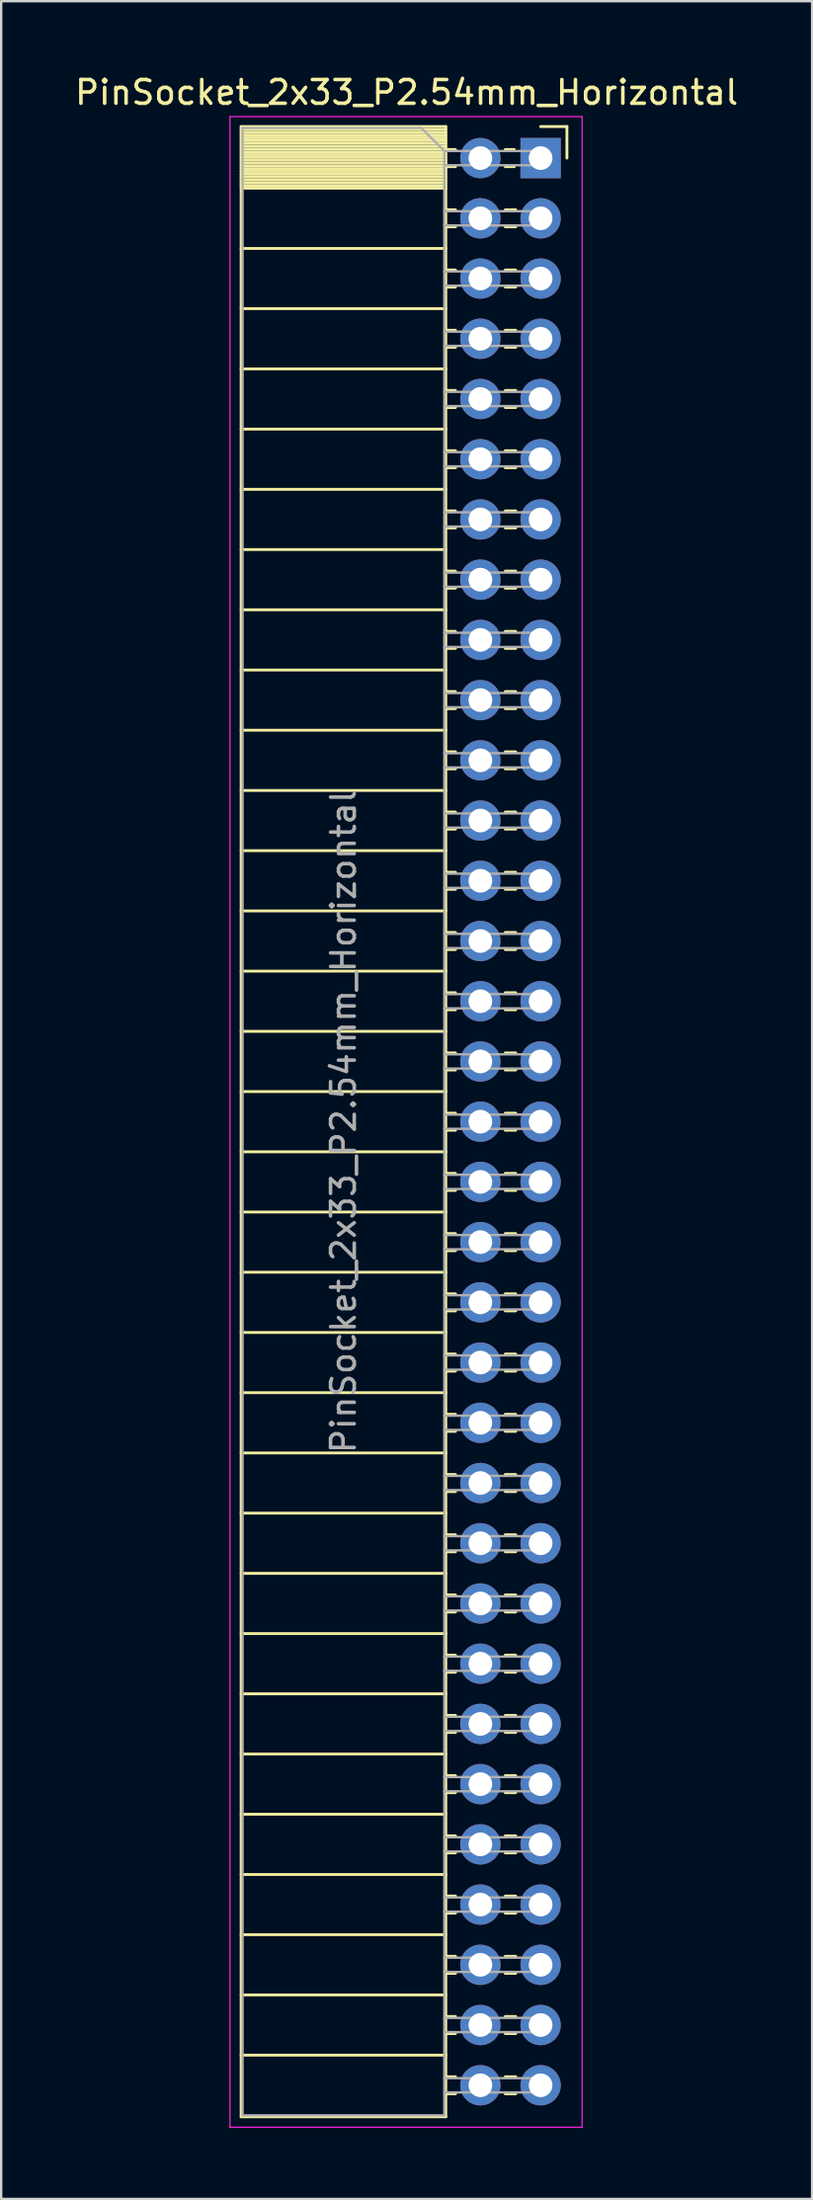
<source format=kicad_pcb>
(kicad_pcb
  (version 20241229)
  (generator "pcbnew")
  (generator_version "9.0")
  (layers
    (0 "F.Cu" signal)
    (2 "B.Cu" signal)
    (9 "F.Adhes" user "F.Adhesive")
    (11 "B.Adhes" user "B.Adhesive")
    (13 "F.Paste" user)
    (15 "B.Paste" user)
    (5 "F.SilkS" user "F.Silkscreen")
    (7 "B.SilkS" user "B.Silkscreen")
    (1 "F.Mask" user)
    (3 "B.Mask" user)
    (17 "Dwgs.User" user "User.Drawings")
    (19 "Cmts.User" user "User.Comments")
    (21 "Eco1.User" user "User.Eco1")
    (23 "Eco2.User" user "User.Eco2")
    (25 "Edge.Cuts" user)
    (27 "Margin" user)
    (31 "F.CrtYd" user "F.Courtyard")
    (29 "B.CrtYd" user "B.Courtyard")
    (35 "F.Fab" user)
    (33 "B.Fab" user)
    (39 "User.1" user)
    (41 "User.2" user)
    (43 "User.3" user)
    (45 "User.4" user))
  (footprint "PinSocket_2x33_P2.54mm_Horizontal"
    (layer "F.Cu")
    (at 19.751 3.618)
    (property "Reference" "PinSocket_2x33_P2.54mm_Horizontal" (at -5.65 -2.77 0) (layer "F.SilkS") (effects (font (size 1 1) (thickness 0.15))))
    (attr through_hole)
    (fp_line (start -12.63 -1.33) (end -12.63 82.61) (stroke (width 0.12) (type solid)) (layer "F.SilkS"))
    (fp_line (start -12.63 -1.33) (end -4 -1.33) (stroke (width 0.12) (type solid)) (layer "F.SilkS"))
    (fp_line (start -12.63 -1.21) (end -4 -1.21) (stroke (width 0.12) (type solid)) (layer "F.SilkS"))
    (fp_line (start -12.63 -1.092) (end -4 -1.092) (stroke (width 0.12) (type solid)) (layer "F.SilkS"))
    (fp_line (start -12.63 -0.974) (end -4 -0.974) (stroke (width 0.12) (type solid)) (layer "F.SilkS"))
    (fp_line (start -12.63 -0.856) (end -4 -0.856) (stroke (width 0.12) (type solid)) (layer "F.SilkS"))
    (fp_line (start -12.63 -0.738) (end -4 -0.738) (stroke (width 0.12) (type solid)) (layer "F.SilkS"))
    (fp_line (start -12.63 -0.62) (end -4 -0.62) (stroke (width 0.12) (type solid)) (layer "F.SilkS"))
    (fp_line (start -12.63 -0.501) (end -4 -0.501) (stroke (width 0.12) (type solid)) (layer "F.SilkS"))
    (fp_line (start -12.63 -0.383) (end -4 -0.383) (stroke (width 0.12) (type solid)) (layer "F.SilkS"))
    (fp_line (start -12.63 -0.265) (end -4 -0.265) (stroke (width 0.12) (type solid)) (layer "F.SilkS"))
    (fp_line (start -12.63 -0.147) (end -4 -0.147) (stroke (width 0.12) (type solid)) (layer "F.SilkS"))
    (fp_line (start -12.63 -0.029) (end -4 -0.029) (stroke (width 0.12) (type solid)) (layer "F.SilkS"))
    (fp_line (start -12.63 0.089) (end -4 0.089) (stroke (width 0.12) (type solid)) (layer "F.SilkS"))
    (fp_line (start -12.63 0.207) (end -4 0.207) (stroke (width 0.12) (type solid)) (layer "F.SilkS"))
    (fp_line (start -12.63 0.325) (end -4 0.325) (stroke (width 0.12) (type solid)) (layer "F.SilkS"))
    (fp_line (start -12.63 0.443) (end -4 0.443) (stroke (width 0.12) (type solid)) (layer "F.SilkS"))
    (fp_line (start -12.63 0.561) (end -4 0.561) (stroke (width 0.12) (type solid)) (layer "F.SilkS"))
    (fp_line (start -12.63 0.68) (end -4 0.68) (stroke (width 0.12) (type solid)) (layer "F.SilkS"))
    (fp_line (start -12.63 0.798) (end -4 0.798) (stroke (width 0.12) (type solid)) (layer "F.SilkS"))
    (fp_line (start -12.63 0.916) (end -4 0.916) (stroke (width 0.12) (type solid)) (layer "F.SilkS"))
    (fp_line (start -12.63 1.034) (end -4 1.034) (stroke (width 0.12) (type solid)) (layer "F.SilkS"))
    (fp_line (start -12.63 1.152) (end -4 1.152) (stroke (width 0.12) (type solid)) (layer "F.SilkS"))
    (fp_line (start -12.63 1.27) (end -4 1.27) (stroke (width 0.12) (type solid)) (layer "F.SilkS"))
    (fp_line (start -12.63 3.81) (end -4 3.81) (stroke (width 0.12) (type solid)) (layer "F.SilkS"))
    (fp_line (start -12.63 6.35) (end -4 6.35) (stroke (width 0.12) (type solid)) (layer "F.SilkS"))
    (fp_line (start -12.63 8.89) (end -4 8.89) (stroke (width 0.12) (type solid)) (layer "F.SilkS"))
    (fp_line (start -12.63 11.43) (end -4 11.43) (stroke (width 0.12) (type solid)) (layer "F.SilkS"))
    (fp_line (start -12.63 13.97) (end -4 13.97) (stroke (width 0.12) (type solid)) (layer "F.SilkS"))
    (fp_line (start -12.63 16.51) (end -4 16.51) (stroke (width 0.12) (type solid)) (layer "F.SilkS"))
    (fp_line (start -12.63 19.05) (end -4 19.05) (stroke (width 0.12) (type solid)) (layer "F.SilkS"))
    (fp_line (start -12.63 21.59) (end -4 21.59) (stroke (width 0.12) (type solid)) (layer "F.SilkS"))
    (fp_line (start -12.63 24.13) (end -4 24.13) (stroke (width 0.12) (type solid)) (layer "F.SilkS"))
    (fp_line (start -12.63 26.67) (end -4 26.67) (stroke (width 0.12) (type solid)) (layer "F.SilkS"))
    (fp_line (start -12.63 29.21) (end -4 29.21) (stroke (width 0.12) (type solid)) (layer "F.SilkS"))
    (fp_line (start -12.63 31.75) (end -4 31.75) (stroke (width 0.12) (type solid)) (layer "F.SilkS"))
    (fp_line (start -12.63 34.29) (end -4 34.29) (stroke (width 0.12) (type solid)) (layer "F.SilkS"))
    (fp_line (start -12.63 36.83) (end -4 36.83) (stroke (width 0.12) (type solid)) (layer "F.SilkS"))
    (fp_line (start -12.63 39.37) (end -4 39.37) (stroke (width 0.12) (type solid)) (layer "F.SilkS"))
    (fp_line (start -12.63 41.91) (end -4 41.91) (stroke (width 0.12) (type solid)) (layer "F.SilkS"))
    (fp_line (start -12.63 44.45) (end -4 44.45) (stroke (width 0.12) (type solid)) (layer "F.SilkS"))
    (fp_line (start -12.63 46.99) (end -4 46.99) (stroke (width 0.12) (type solid)) (layer "F.SilkS"))
    (fp_line (start -12.63 49.53) (end -4 49.53) (stroke (width 0.12) (type solid)) (layer "F.SilkS"))
    (fp_line (start -12.63 52.07) (end -4 52.07) (stroke (width 0.12) (type solid)) (layer "F.SilkS"))
    (fp_line (start -12.63 54.61) (end -4 54.61) (stroke (width 0.12) (type solid)) (layer "F.SilkS"))
    (fp_line (start -12.63 57.15) (end -4 57.15) (stroke (width 0.12) (type solid)) (layer "F.SilkS"))
    (fp_line (start -12.63 59.69) (end -4 59.69) (stroke (width 0.12) (type solid)) (layer "F.SilkS"))
    (fp_line (start -12.63 62.23) (end -4 62.23) (stroke (width 0.12) (type solid)) (layer "F.SilkS"))
    (fp_line (start -12.63 64.77) (end -4 64.77) (stroke (width 0.12) (type solid)) (layer "F.SilkS"))
    (fp_line (start -12.63 67.31) (end -4 67.31) (stroke (width 0.12) (type solid)) (layer "F.SilkS"))
    (fp_line (start -12.63 69.85) (end -4 69.85) (stroke (width 0.12) (type solid)) (layer "F.SilkS"))
    (fp_line (start -12.63 72.39) (end -4 72.39) (stroke (width 0.12) (type solid)) (layer "F.SilkS"))
    (fp_line (start -12.63 74.93) (end -4 74.93) (stroke (width 0.12) (type solid)) (layer "F.SilkS"))
    (fp_line (start -12.63 77.47) (end -4 77.47) (stroke (width 0.12) (type solid)) (layer "F.SilkS"))
    (fp_line (start -12.63 80.01) (end -4 80.01) (stroke (width 0.12) (type solid)) (layer "F.SilkS"))
    (fp_line (start -12.63 82.61) (end -4 82.61) (stroke (width 0.12) (type solid)) (layer "F.SilkS"))
    (fp_line (start -4 -1.33) (end -4 82.61) (stroke (width 0.12) (type solid)) (layer "F.SilkS"))
    (fp_line (start -4 -0.36) (end -3.59 -0.36) (stroke (width 0.12) (type solid)) (layer "F.SilkS"))
    (fp_line (start -4 0.36) (end -3.59 0.36) (stroke (width 0.12) (type solid)) (layer "F.SilkS"))
    (fp_line (start -4 2.18) (end -3.59 2.18) (stroke (width 0.12) (type solid)) (layer "F.SilkS"))
    (fp_line (start -4 2.9) (end -3.59 2.9) (stroke (width 0.12) (type solid)) (layer "F.SilkS"))
    (fp_line (start -4 4.72) (end -3.59 4.72) (stroke (width 0.12) (type solid)) (layer "F.SilkS"))
    (fp_line (start -4 5.44) (end -3.59 5.44) (stroke (width 0.12) (type solid)) (layer "F.SilkS"))
    (fp_line (start -4 7.26) (end -3.59 7.26) (stroke (width 0.12) (type solid)) (layer "F.SilkS"))
    (fp_line (start -4 7.98) (end -3.59 7.98) (stroke (width 0.12) (type solid)) (layer "F.SilkS"))
    (fp_line (start -4 9.8) (end -3.59 9.8) (stroke (width 0.12) (type solid)) (layer "F.SilkS"))
    (fp_line (start -4 10.52) (end -3.59 10.52) (stroke (width 0.12) (type solid)) (layer "F.SilkS"))
    (fp_line (start -4 12.34) (end -3.59 12.34) (stroke (width 0.12) (type solid)) (layer "F.SilkS"))
    (fp_line (start -4 13.06) (end -3.59 13.06) (stroke (width 0.12) (type solid)) (layer "F.SilkS"))
    (fp_line (start -4 14.88) (end -3.59 14.88) (stroke (width 0.12) (type solid)) (layer "F.SilkS"))
    (fp_line (start -4 15.6) (end -3.59 15.6) (stroke (width 0.12) (type solid)) (layer "F.SilkS"))
    (fp_line (start -4 17.42) (end -3.59 17.42) (stroke (width 0.12) (type solid)) (layer "F.SilkS"))
    (fp_line (start -4 18.14) (end -3.59 18.14) (stroke (width 0.12) (type solid)) (layer "F.SilkS"))
    (fp_line (start -4 19.96) (end -3.59 19.96) (stroke (width 0.12) (type solid)) (layer "F.SilkS"))
    (fp_line (start -4 20.68) (end -3.59 20.68) (stroke (width 0.12) (type solid)) (layer "F.SilkS"))
    (fp_line (start -4 22.5) (end -3.59 22.5) (stroke (width 0.12) (type solid)) (layer "F.SilkS"))
    (fp_line (start -4 23.22) (end -3.59 23.22) (stroke (width 0.12) (type solid)) (layer "F.SilkS"))
    (fp_line (start -4 25.04) (end -3.59 25.04) (stroke (width 0.12) (type solid)) (layer "F.SilkS"))
    (fp_line (start -4 25.76) (end -3.59 25.76) (stroke (width 0.12) (type solid)) (layer "F.SilkS"))
    (fp_line (start -4 27.58) (end -3.59 27.58) (stroke (width 0.12) (type solid)) (layer "F.SilkS"))
    (fp_line (start -4 28.3) (end -3.59 28.3) (stroke (width 0.12) (type solid)) (layer "F.SilkS"))
    (fp_line (start -4 30.12) (end -3.59 30.12) (stroke (width 0.12) (type solid)) (layer "F.SilkS"))
    (fp_line (start -4 30.84) (end -3.59 30.84) (stroke (width 0.12) (type solid)) (layer "F.SilkS"))
    (fp_line (start -4 32.66) (end -3.59 32.66) (stroke (width 0.12) (type solid)) (layer "F.SilkS"))
    (fp_line (start -4 33.38) (end -3.59 33.38) (stroke (width 0.12) (type solid)) (layer "F.SilkS"))
    (fp_line (start -4 35.2) (end -3.59 35.2) (stroke (width 0.12) (type solid)) (layer "F.SilkS"))
    (fp_line (start -4 35.92) (end -3.59 35.92) (stroke (width 0.12) (type solid)) (layer "F.SilkS"))
    (fp_line (start -4 37.74) (end -3.59 37.74) (stroke (width 0.12) (type solid)) (layer "F.SilkS"))
    (fp_line (start -4 38.46) (end -3.59 38.46) (stroke (width 0.12) (type solid)) (layer "F.SilkS"))
    (fp_line (start -4 40.28) (end -3.59 40.28) (stroke (width 0.12) (type solid)) (layer "F.SilkS"))
    (fp_line (start -4 41) (end -3.59 41) (stroke (width 0.12) (type solid)) (layer "F.SilkS"))
    (fp_line (start -4 42.82) (end -3.59 42.82) (stroke (width 0.12) (type solid)) (layer "F.SilkS"))
    (fp_line (start -4 43.54) (end -3.59 43.54) (stroke (width 0.12) (type solid)) (layer "F.SilkS"))
    (fp_line (start -4 45.36) (end -3.59 45.36) (stroke (width 0.12) (type solid)) (layer "F.SilkS"))
    (fp_line (start -4 46.08) (end -3.59 46.08) (stroke (width 0.12) (type solid)) (layer "F.SilkS"))
    (fp_line (start -4 47.9) (end -3.59 47.9) (stroke (width 0.12) (type solid)) (layer "F.SilkS"))
    (fp_line (start -4 48.62) (end -3.59 48.62) (stroke (width 0.12) (type solid)) (layer "F.SilkS"))
    (fp_line (start -4 50.44) (end -3.59 50.44) (stroke (width 0.12) (type solid)) (layer "F.SilkS"))
    (fp_line (start -4 51.16) (end -3.59 51.16) (stroke (width 0.12) (type solid)) (layer "F.SilkS"))
    (fp_line (start -4 52.98) (end -3.59 52.98) (stroke (width 0.12) (type solid)) (layer "F.SilkS"))
    (fp_line (start -4 53.7) (end -3.59 53.7) (stroke (width 0.12) (type solid)) (layer "F.SilkS"))
    (fp_line (start -4 55.52) (end -3.59 55.52) (stroke (width 0.12) (type solid)) (layer "F.SilkS"))
    (fp_line (start -4 56.24) (end -3.59 56.24) (stroke (width 0.12) (type solid)) (layer "F.SilkS"))
    (fp_line (start -4 58.06) (end -3.59 58.06) (stroke (width 0.12) (type solid)) (layer "F.SilkS"))
    (fp_line (start -4 58.78) (end -3.59 58.78) (stroke (width 0.12) (type solid)) (layer "F.SilkS"))
    (fp_line (start -4 60.6) (end -3.59 60.6) (stroke (width 0.12) (type solid)) (layer "F.SilkS"))
    (fp_line (start -4 61.32) (end -3.59 61.32) (stroke (width 0.12) (type solid)) (layer "F.SilkS"))
    (fp_line (start -4 63.14) (end -3.59 63.14) (stroke (width 0.12) (type solid)) (layer "F.SilkS"))
    (fp_line (start -4 63.86) (end -3.59 63.86) (stroke (width 0.12) (type solid)) (layer "F.SilkS"))
    (fp_line (start -4 65.68) (end -3.59 65.68) (stroke (width 0.12) (type solid)) (layer "F.SilkS"))
    (fp_line (start -4 66.4) (end -3.59 66.4) (stroke (width 0.12) (type solid)) (layer "F.SilkS"))
    (fp_line (start -4 68.22) (end -3.59 68.22) (stroke (width 0.12) (type solid)) (layer "F.SilkS"))
    (fp_line (start -4 68.94) (end -3.59 68.94) (stroke (width 0.12) (type solid)) (layer "F.SilkS"))
    (fp_line (start -4 70.76) (end -3.59 70.76) (stroke (width 0.12) (type solid)) (layer "F.SilkS"))
    (fp_line (start -4 71.48) (end -3.59 71.48) (stroke (width 0.12) (type solid)) (layer "F.SilkS"))
    (fp_line (start -4 73.3) (end -3.59 73.3) (stroke (width 0.12) (type solid)) (layer "F.SilkS"))
    (fp_line (start -4 74.02) (end -3.59 74.02) (stroke (width 0.12) (type solid)) (layer "F.SilkS"))
    (fp_line (start -4 75.84) (end -3.59 75.84) (stroke (width 0.12) (type solid)) (layer "F.SilkS"))
    (fp_line (start -4 76.56) (end -3.59 76.56) (stroke (width 0.12) (type solid)) (layer "F.SilkS"))
    (fp_line (start -4 78.38) (end -3.59 78.38) (stroke (width 0.12) (type solid)) (layer "F.SilkS"))
    (fp_line (start -4 79.1) (end -3.59 79.1) (stroke (width 0.12) (type solid)) (layer "F.SilkS"))
    (fp_line (start -4 80.92) (end -3.59 80.92) (stroke (width 0.12) (type solid)) (layer "F.SilkS"))
    (fp_line (start -4 81.64) (end -3.59 81.64) (stroke (width 0.12) (type solid)) (layer "F.SilkS"))
    (fp_line (start -1.49 -0.36) (end -1.11 -0.36) (stroke (width 0.12) (type solid)) (layer "F.SilkS"))
    (fp_line (start -1.49 0.36) (end -1.11 0.36) (stroke (width 0.12) (type solid)) (layer "F.SilkS"))
    (fp_line (start -1.49 2.18) (end -1.05 2.18) (stroke (width 0.12) (type solid)) (layer "F.SilkS"))
    (fp_line (start -1.49 2.9) (end -1.05 2.9) (stroke (width 0.12) (type solid)) (layer "F.SilkS"))
    (fp_line (start -1.49 4.72) (end -1.05 4.72) (stroke (width 0.12) (type solid)) (layer "F.SilkS"))
    (fp_line (start -1.49 5.44) (end -1.05 5.44) (stroke (width 0.12) (type solid)) (layer "F.SilkS"))
    (fp_line (start -1.49 7.26) (end -1.05 7.26) (stroke (width 0.12) (type solid)) (layer "F.SilkS"))
    (fp_line (start -1.49 7.98) (end -1.05 7.98) (stroke (width 0.12) (type solid)) (layer "F.SilkS"))
    (fp_line (start -1.49 9.8) (end -1.05 9.8) (stroke (width 0.12) (type solid)) (layer "F.SilkS"))
    (fp_line (start -1.49 10.52) (end -1.05 10.52) (stroke (width 0.12) (type solid)) (layer "F.SilkS"))
    (fp_line (start -1.49 12.34) (end -1.05 12.34) (stroke (width 0.12) (type solid)) (layer "F.SilkS"))
    (fp_line (start -1.49 13.06) (end -1.05 13.06) (stroke (width 0.12) (type solid)) (layer "F.SilkS"))
    (fp_line (start -1.49 14.88) (end -1.05 14.88) (stroke (width 0.12) (type solid)) (layer "F.SilkS"))
    (fp_line (start -1.49 15.6) (end -1.05 15.6) (stroke (width 0.12) (type solid)) (layer "F.SilkS"))
    (fp_line (start -1.49 17.42) (end -1.05 17.42) (stroke (width 0.12) (type solid)) (layer "F.SilkS"))
    (fp_line (start -1.49 18.14) (end -1.05 18.14) (stroke (width 0.12) (type solid)) (layer "F.SilkS"))
    (fp_line (start -1.49 19.96) (end -1.05 19.96) (stroke (width 0.12) (type solid)) (layer "F.SilkS"))
    (fp_line (start -1.49 20.68) (end -1.05 20.68) (stroke (width 0.12) (type solid)) (layer "F.SilkS"))
    (fp_line (start -1.49 22.5) (end -1.05 22.5) (stroke (width 0.12) (type solid)) (layer "F.SilkS"))
    (fp_line (start -1.49 23.22) (end -1.05 23.22) (stroke (width 0.12) (type solid)) (layer "F.SilkS"))
    (fp_line (start -1.49 25.04) (end -1.05 25.04) (stroke (width 0.12) (type solid)) (layer "F.SilkS"))
    (fp_line (start -1.49 25.76) (end -1.05 25.76) (stroke (width 0.12) (type solid)) (layer "F.SilkS"))
    (fp_line (start -1.49 27.58) (end -1.05 27.58) (stroke (width 0.12) (type solid)) (layer "F.SilkS"))
    (fp_line (start -1.49 28.3) (end -1.05 28.3) (stroke (width 0.12) (type solid)) (layer "F.SilkS"))
    (fp_line (start -1.49 30.12) (end -1.05 30.12) (stroke (width 0.12) (type solid)) (layer "F.SilkS"))
    (fp_line (start -1.49 30.84) (end -1.05 30.84) (stroke (width 0.12) (type solid)) (layer "F.SilkS"))
    (fp_line (start -1.49 32.66) (end -1.05 32.66) (stroke (width 0.12) (type solid)) (layer "F.SilkS"))
    (fp_line (start -1.49 33.38) (end -1.05 33.38) (stroke (width 0.12) (type solid)) (layer "F.SilkS"))
    (fp_line (start -1.49 35.2) (end -1.05 35.2) (stroke (width 0.12) (type solid)) (layer "F.SilkS"))
    (fp_line (start -1.49 35.92) (end -1.05 35.92) (stroke (width 0.12) (type solid)) (layer "F.SilkS"))
    (fp_line (start -1.49 37.74) (end -1.05 37.74) (stroke (width 0.12) (type solid)) (layer "F.SilkS"))
    (fp_line (start -1.49 38.46) (end -1.05 38.46) (stroke (width 0.12) (type solid)) (layer "F.SilkS"))
    (fp_line (start -1.49 40.28) (end -1.05 40.28) (stroke (width 0.12) (type solid)) (layer "F.SilkS"))
    (fp_line (start -1.49 41) (end -1.05 41) (stroke (width 0.12) (type solid)) (layer "F.SilkS"))
    (fp_line (start -1.49 42.82) (end -1.05 42.82) (stroke (width 0.12) (type solid)) (layer "F.SilkS"))
    (fp_line (start -1.49 43.54) (end -1.05 43.54) (stroke (width 0.12) (type solid)) (layer "F.SilkS"))
    (fp_line (start -1.49 45.36) (end -1.05 45.36) (stroke (width 0.12) (type solid)) (layer "F.SilkS"))
    (fp_line (start -1.49 46.08) (end -1.05 46.08) (stroke (width 0.12) (type solid)) (layer "F.SilkS"))
    (fp_line (start -1.49 47.9) (end -1.05 47.9) (stroke (width 0.12) (type solid)) (layer "F.SilkS"))
    (fp_line (start -1.49 48.62) (end -1.05 48.62) (stroke (width 0.12) (type solid)) (layer "F.SilkS"))
    (fp_line (start -1.49 50.44) (end -1.05 50.44) (stroke (width 0.12) (type solid)) (layer "F.SilkS"))
    (fp_line (start -1.49 51.16) (end -1.05 51.16) (stroke (width 0.12) (type solid)) (layer "F.SilkS"))
    (fp_line (start -1.49 52.98) (end -1.05 52.98) (stroke (width 0.12) (type solid)) (layer "F.SilkS"))
    (fp_line (start -1.49 53.7) (end -1.05 53.7) (stroke (width 0.12) (type solid)) (layer "F.SilkS"))
    (fp_line (start -1.49 55.52) (end -1.05 55.52) (stroke (width 0.12) (type solid)) (layer "F.SilkS"))
    (fp_line (start -1.49 56.24) (end -1.05 56.24) (stroke (width 0.12) (type solid)) (layer "F.SilkS"))
    (fp_line (start -1.49 58.06) (end -1.05 58.06) (stroke (width 0.12) (type solid)) (layer "F.SilkS"))
    (fp_line (start -1.49 58.78) (end -1.05 58.78) (stroke (width 0.12) (type solid)) (layer "F.SilkS"))
    (fp_line (start -1.49 60.6) (end -1.05 60.6) (stroke (width 0.12) (type solid)) (layer "F.SilkS"))
    (fp_line (start -1.49 61.32) (end -1.05 61.32) (stroke (width 0.12) (type solid)) (layer "F.SilkS"))
    (fp_line (start -1.49 63.14) (end -1.05 63.14) (stroke (width 0.12) (type solid)) (layer "F.SilkS"))
    (fp_line (start -1.49 63.86) (end -1.05 63.86) (stroke (width 0.12) (type solid)) (layer "F.SilkS"))
    (fp_line (start -1.49 65.68) (end -1.05 65.68) (stroke (width 0.12) (type solid)) (layer "F.SilkS"))
    (fp_line (start -1.49 66.4) (end -1.05 66.4) (stroke (width 0.12) (type solid)) (layer "F.SilkS"))
    (fp_line (start -1.49 68.22) (end -1.05 68.22) (stroke (width 0.12) (type solid)) (layer "F.SilkS"))
    (fp_line (start -1.49 68.94) (end -1.05 68.94) (stroke (width 0.12) (type solid)) (layer "F.SilkS"))
    (fp_line (start -1.49 70.76) (end -1.05 70.76) (stroke (width 0.12) (type solid)) (layer "F.SilkS"))
    (fp_line (start -1.49 71.48) (end -1.05 71.48) (stroke (width 0.12) (type solid)) (layer "F.SilkS"))
    (fp_line (start -1.49 73.3) (end -1.05 73.3) (stroke (width 0.12) (type solid)) (layer "F.SilkS"))
    (fp_line (start -1.49 74.02) (end -1.05 74.02) (stroke (width 0.12) (type solid)) (layer "F.SilkS"))
    (fp_line (start -1.49 75.84) (end -1.05 75.84) (stroke (width 0.12) (type solid)) (layer "F.SilkS"))
    (fp_line (start -1.49 76.56) (end -1.05 76.56) (stroke (width 0.12) (type solid)) (layer "F.SilkS"))
    (fp_line (start -1.49 78.38) (end -1.05 78.38) (stroke (width 0.12) (type solid)) (layer "F.SilkS"))
    (fp_line (start -1.49 79.1) (end -1.05 79.1) (stroke (width 0.12) (type solid)) (layer "F.SilkS"))
    (fp_line (start -1.49 80.92) (end -1.05 80.92) (stroke (width 0.12) (type solid)) (layer "F.SilkS"))
    (fp_line (start -1.49 81.64) (end -1.05 81.64) (stroke (width 0.12) (type solid)) (layer "F.SilkS"))
    (fp_line (start 0 -1.33) (end 1.11 -1.33) (stroke (width 0.12) (type solid)) (layer "F.SilkS"))
    (fp_line (start 1.11 -1.33) (end 1.11 0) (stroke (width 0.12) (type solid)) (layer "F.SilkS"))
    (fp_line (start -13.1 -1.75) (end -13.1 83.05) (stroke (width 0.05) (type solid)) (layer "F.CrtYd"))
    (fp_line (start -13.1 83.05) (end 1.75 83.05) (stroke (width 0.05) (type solid)) (layer "F.CrtYd"))
    (fp_line (start 1.75 -1.75) (end -13.1 -1.75) (stroke (width 0.05) (type solid)) (layer "F.CrtYd"))
    (fp_line (start 1.75 83.05) (end 1.75 -1.75) (stroke (width 0.05) (type solid)) (layer "F.CrtYd"))
    (fp_line (start -12.57 -1.27) (end -5.03 -1.27) (stroke (width 0.1) (type solid)) (layer "F.Fab"))
    (fp_line (start -12.57 82.55) (end -12.57 -1.27) (stroke (width 0.1) (type solid)) (layer "F.Fab"))
    (fp_line (start -5.03 -1.27) (end -4.06 -0.3) (stroke (width 0.1) (type solid)) (layer "F.Fab"))
    (fp_line (start -4.06 -0.3) (end -4.06 82.55) (stroke (width 0.1) (type solid)) (layer "F.Fab"))
    (fp_line (start -4.06 0.3) (end 0 0.3) (stroke (width 0.1) (type solid)) (layer "F.Fab"))
    (fp_line (start -4.06 2.84) (end 0 2.84) (stroke (width 0.1) (type solid)) (layer "F.Fab"))
    (fp_line (start -4.06 5.38) (end 0 5.38) (stroke (width 0.1) (type solid)) (layer "F.Fab"))
    (fp_line (start -4.06 7.92) (end 0 7.92) (stroke (width 0.1) (type solid)) (layer "F.Fab"))
    (fp_line (start -4.06 10.46) (end 0 10.46) (stroke (width 0.1) (type solid)) (layer "F.Fab"))
    (fp_line (start -4.06 13) (end 0 13) (stroke (width 0.1) (type solid)) (layer "F.Fab"))
    (fp_line (start -4.06 15.54) (end 0 15.54) (stroke (width 0.1) (type solid)) (layer "F.Fab"))
    (fp_line (start -4.06 18.08) (end 0 18.08) (stroke (width 0.1) (type solid)) (layer "F.Fab"))
    (fp_line (start -4.06 20.62) (end 0 20.62) (stroke (width 0.1) (type solid)) (layer "F.Fab"))
    (fp_line (start -4.06 23.16) (end 0 23.16) (stroke (width 0.1) (type solid)) (layer "F.Fab"))
    (fp_line (start -4.06 25.7) (end 0 25.7) (stroke (width 0.1) (type solid)) (layer "F.Fab"))
    (fp_line (start -4.06 28.24) (end 0 28.24) (stroke (width 0.1) (type solid)) (layer "F.Fab"))
    (fp_line (start -4.06 30.78) (end 0 30.78) (stroke (width 0.1) (type solid)) (layer "F.Fab"))
    (fp_line (start -4.06 33.32) (end 0 33.32) (stroke (width 0.1) (type solid)) (layer "F.Fab"))
    (fp_line (start -4.06 35.86) (end 0 35.86) (stroke (width 0.1) (type solid)) (layer "F.Fab"))
    (fp_line (start -4.06 38.4) (end 0 38.4) (stroke (width 0.1) (type solid)) (layer "F.Fab"))
    (fp_line (start -4.06 40.94) (end 0 40.94) (stroke (width 0.1) (type solid)) (layer "F.Fab"))
    (fp_line (start -4.06 43.48) (end 0 43.48) (stroke (width 0.1) (type solid)) (layer "F.Fab"))
    (fp_line (start -4.06 46.02) (end 0 46.02) (stroke (width 0.1) (type solid)) (layer "F.Fab"))
    (fp_line (start -4.06 48.56) (end 0 48.56) (stroke (width 0.1) (type solid)) (layer "F.Fab"))
    (fp_line (start -4.06 51.1) (end 0 51.1) (stroke (width 0.1) (type solid)) (layer "F.Fab"))
    (fp_line (start -4.06 53.64) (end 0 53.64) (stroke (width 0.1) (type solid)) (layer "F.Fab"))
    (fp_line (start -4.06 56.18) (end 0 56.18) (stroke (width 0.1) (type solid)) (layer "F.Fab"))
    (fp_line (start -4.06 58.72) (end 0 58.72) (stroke (width 0.1) (type solid)) (layer "F.Fab"))
    (fp_line (start -4.06 61.26) (end 0 61.26) (stroke (width 0.1) (type solid)) (layer "F.Fab"))
    (fp_line (start -4.06 63.8) (end 0 63.8) (stroke (width 0.1) (type solid)) (layer "F.Fab"))
    (fp_line (start -4.06 66.34) (end 0 66.34) (stroke (width 0.1) (type solid)) (layer "F.Fab"))
    (fp_line (start -4.06 68.88) (end 0 68.88) (stroke (width 0.1) (type solid)) (layer "F.Fab"))
    (fp_line (start -4.06 71.42) (end 0 71.42) (stroke (width 0.1) (type solid)) (layer "F.Fab"))
    (fp_line (start -4.06 73.96) (end 0 73.96) (stroke (width 0.1) (type solid)) (layer "F.Fab"))
    (fp_line (start -4.06 76.5) (end 0 76.5) (stroke (width 0.1) (type solid)) (layer "F.Fab"))
    (fp_line (start -4.06 79.04) (end 0 79.04) (stroke (width 0.1) (type solid)) (layer "F.Fab"))
    (fp_line (start -4.06 81.58) (end 0 81.58) (stroke (width 0.1) (type solid)) (layer "F.Fab"))
    (fp_line (start -4.06 82.55) (end -12.57 82.55) (stroke (width 0.1) (type solid)) (layer "F.Fab"))
    (fp_line (start 0 -0.3) (end -4.06 -0.3) (stroke (width 0.1) (type solid)) (layer "F.Fab"))
    (fp_line (start 0 0.3) (end 0 -0.3) (stroke (width 0.1) (type solid)) (layer "F.Fab"))
    (fp_line (start 0 2.24) (end -4.06 2.24) (stroke (width 0.1) (type solid)) (layer "F.Fab"))
    (fp_line (start 0 2.84) (end 0 2.24) (stroke (width 0.1) (type solid)) (layer "F.Fab"))
    (fp_line (start 0 4.78) (end -4.06 4.78) (stroke (width 0.1) (type solid)) (layer "F.Fab"))
    (fp_line (start 0 5.38) (end 0 4.78) (stroke (width 0.1) (type solid)) (layer "F.Fab"))
    (fp_line (start 0 7.32) (end -4.06 7.32) (stroke (width 0.1) (type solid)) (layer "F.Fab"))
    (fp_line (start 0 7.92) (end 0 7.32) (stroke (width 0.1) (type solid)) (layer "F.Fab"))
    (fp_line (start 0 9.86) (end -4.06 9.86) (stroke (width 0.1) (type solid)) (layer "F.Fab"))
    (fp_line (start 0 10.46) (end 0 9.86) (stroke (width 0.1) (type solid)) (layer "F.Fab"))
    (fp_line (start 0 12.4) (end -4.06 12.4) (stroke (width 0.1) (type solid)) (layer "F.Fab"))
    (fp_line (start 0 13) (end 0 12.4) (stroke (width 0.1) (type solid)) (layer "F.Fab"))
    (fp_line (start 0 14.94) (end -4.06 14.94) (stroke (width 0.1) (type solid)) (layer "F.Fab"))
    (fp_line (start 0 15.54) (end 0 14.94) (stroke (width 0.1) (type solid)) (layer "F.Fab"))
    (fp_line (start 0 17.48) (end -4.06 17.48) (stroke (width 0.1) (type solid)) (layer "F.Fab"))
    (fp_line (start 0 18.08) (end 0 17.48) (stroke (width 0.1) (type solid)) (layer "F.Fab"))
    (fp_line (start 0 20.02) (end -4.06 20.02) (stroke (width 0.1) (type solid)) (layer "F.Fab"))
    (fp_line (start 0 20.62) (end 0 20.02) (stroke (width 0.1) (type solid)) (layer "F.Fab"))
    (fp_line (start 0 22.56) (end -4.06 22.56) (stroke (width 0.1) (type solid)) (layer "F.Fab"))
    (fp_line (start 0 23.16) (end 0 22.56) (stroke (width 0.1) (type solid)) (layer "F.Fab"))
    (fp_line (start 0 25.1) (end -4.06 25.1) (stroke (width 0.1) (type solid)) (layer "F.Fab"))
    (fp_line (start 0 25.7) (end 0 25.1) (stroke (width 0.1) (type solid)) (layer "F.Fab"))
    (fp_line (start 0 27.64) (end -4.06 27.64) (stroke (width 0.1) (type solid)) (layer "F.Fab"))
    (fp_line (start 0 28.24) (end 0 27.64) (stroke (width 0.1) (type solid)) (layer "F.Fab"))
    (fp_line (start 0 30.18) (end -4.06 30.18) (stroke (width 0.1) (type solid)) (layer "F.Fab"))
    (fp_line (start 0 30.78) (end 0 30.18) (stroke (width 0.1) (type solid)) (layer "F.Fab"))
    (fp_line (start 0 32.72) (end -4.06 32.72) (stroke (width 0.1) (type solid)) (layer "F.Fab"))
    (fp_line (start 0 33.32) (end 0 32.72) (stroke (width 0.1) (type solid)) (layer "F.Fab"))
    (fp_line (start 0 35.26) (end -4.06 35.26) (stroke (width 0.1) (type solid)) (layer "F.Fab"))
    (fp_line (start 0 35.86) (end 0 35.26) (stroke (width 0.1) (type solid)) (layer "F.Fab"))
    (fp_line (start 0 37.8) (end -4.06 37.8) (stroke (width 0.1) (type solid)) (layer "F.Fab"))
    (fp_line (start 0 38.4) (end 0 37.8) (stroke (width 0.1) (type solid)) (layer "F.Fab"))
    (fp_line (start 0 40.34) (end -4.06 40.34) (stroke (width 0.1) (type solid)) (layer "F.Fab"))
    (fp_line (start 0 40.94) (end 0 40.34) (stroke (width 0.1) (type solid)) (layer "F.Fab"))
    (fp_line (start 0 42.88) (end -4.06 42.88) (stroke (width 0.1) (type solid)) (layer "F.Fab"))
    (fp_line (start 0 43.48) (end 0 42.88) (stroke (width 0.1) (type solid)) (layer "F.Fab"))
    (fp_line (start 0 45.42) (end -4.06 45.42) (stroke (width 0.1) (type solid)) (layer "F.Fab"))
    (fp_line (start 0 46.02) (end 0 45.42) (stroke (width 0.1) (type solid)) (layer "F.Fab"))
    (fp_line (start 0 47.96) (end -4.06 47.96) (stroke (width 0.1) (type solid)) (layer "F.Fab"))
    (fp_line (start 0 48.56) (end 0 47.96) (stroke (width 0.1) (type solid)) (layer "F.Fab"))
    (fp_line (start 0 50.5) (end -4.06 50.5) (stroke (width 0.1) (type solid)) (layer "F.Fab"))
    (fp_line (start 0 51.1) (end 0 50.5) (stroke (width 0.1) (type solid)) (layer "F.Fab"))
    (fp_line (start 0 53.04) (end -4.06 53.04) (stroke (width 0.1) (type solid)) (layer "F.Fab"))
    (fp_line (start 0 53.64) (end 0 53.04) (stroke (width 0.1) (type solid)) (layer "F.Fab"))
    (fp_line (start 0 55.58) (end -4.06 55.58) (stroke (width 0.1) (type solid)) (layer "F.Fab"))
    (fp_line (start 0 56.18) (end 0 55.58) (stroke (width 0.1) (type solid)) (layer "F.Fab"))
    (fp_line (start 0 58.12) (end -4.06 58.12) (stroke (width 0.1) (type solid)) (layer "F.Fab"))
    (fp_line (start 0 58.72) (end 0 58.12) (stroke (width 0.1) (type solid)) (layer "F.Fab"))
    (fp_line (start 0 60.66) (end -4.06 60.66) (stroke (width 0.1) (type solid)) (layer "F.Fab"))
    (fp_line (start 0 61.26) (end 0 60.66) (stroke (width 0.1) (type solid)) (layer "F.Fab"))
    (fp_line (start 0 63.2) (end -4.06 63.2) (stroke (width 0.1) (type solid)) (layer "F.Fab"))
    (fp_line (start 0 63.8) (end 0 63.2) (stroke (width 0.1) (type solid)) (layer "F.Fab"))
    (fp_line (start 0 65.74) (end -4.06 65.74) (stroke (width 0.1) (type solid)) (layer "F.Fab"))
    (fp_line (start 0 66.34) (end 0 65.74) (stroke (width 0.1) (type solid)) (layer "F.Fab"))
    (fp_line (start 0 68.28) (end -4.06 68.28) (stroke (width 0.1) (type solid)) (layer "F.Fab"))
    (fp_line (start 0 68.88) (end 0 68.28) (stroke (width 0.1) (type solid)) (layer "F.Fab"))
    (fp_line (start 0 70.82) (end -4.06 70.82) (stroke (width 0.1) (type solid)) (layer "F.Fab"))
    (fp_line (start 0 71.42) (end 0 70.82) (stroke (width 0.1) (type solid)) (layer "F.Fab"))
    (fp_line (start 0 73.36) (end -4.06 73.36) (stroke (width 0.1) (type solid)) (layer "F.Fab"))
    (fp_line (start 0 73.96) (end 0 73.36) (stroke (width 0.1) (type solid)) (layer "F.Fab"))
    (fp_line (start 0 75.9) (end -4.06 75.9) (stroke (width 0.1) (type solid)) (layer "F.Fab"))
    (fp_line (start 0 76.5) (end 0 75.9) (stroke (width 0.1) (type solid)) (layer "F.Fab"))
    (fp_line (start 0 78.44) (end -4.06 78.44) (stroke (width 0.1) (type solid)) (layer "F.Fab"))
    (fp_line (start 0 79.04) (end 0 78.44) (stroke (width 0.1) (type solid)) (layer "F.Fab"))
    (fp_line (start 0 80.98) (end -4.06 80.98) (stroke (width 0.1) (type solid)) (layer "F.Fab"))
    (fp_line (start 0 81.58) (end 0 80.98) (stroke (width 0.1) (type solid)) (layer "F.Fab"))
    (fp_text user "${REFERENCE}" (at -8.315 40.64 90) (layer "F.Fab") (effects (font (size 1 1) (thickness 0.15))))
    (pad "1" thru_hole rect (at 0 0) (size 1.7 1.7) (drill 1) (layers "*.Cu" "*.Mask"))
    (pad "2" thru_hole circle (at -2.54 0) (size 1.7 1.7) (drill 1) (layers "*.Cu" "*.Mask"))
    (pad "3" thru_hole circle (at 0 2.54) (size 1.7 1.7) (drill 1) (layers "*.Cu" "*.Mask"))
    (pad "4" thru_hole circle (at -2.54 2.54) (size 1.7 1.7) (drill 1) (layers "*.Cu" "*.Mask"))
    (pad "5" thru_hole circle (at 0 5.08) (size 1.7 1.7) (drill 1) (layers "*.Cu" "*.Mask"))
    (pad "6" thru_hole circle (at -2.54 5.08) (size 1.7 1.7) (drill 1) (layers "*.Cu" "*.Mask"))
    (pad "7" thru_hole circle (at 0 7.62) (size 1.7 1.7) (drill 1) (layers "*.Cu" "*.Mask"))
    (pad "8" thru_hole circle (at -2.54 7.62) (size 1.7 1.7) (drill 1) (layers "*.Cu" "*.Mask"))
    (pad "9" thru_hole circle (at 0 10.16) (size 1.7 1.7) (drill 1) (layers "*.Cu" "*.Mask"))
    (pad "10" thru_hole circle (at -2.54 10.16) (size 1.7 1.7) (drill 1) (layers "*.Cu" "*.Mask"))
    (pad "11" thru_hole circle (at 0 12.7) (size 1.7 1.7) (drill 1) (layers "*.Cu" "*.Mask"))
    (pad "12" thru_hole circle (at -2.54 12.7) (size 1.7 1.7) (drill 1) (layers "*.Cu" "*.Mask"))
    (pad "13" thru_hole circle (at 0 15.24) (size 1.7 1.7) (drill 1) (layers "*.Cu" "*.Mask"))
    (pad "14" thru_hole circle (at -2.54 15.24) (size 1.7 1.7) (drill 1) (layers "*.Cu" "*.Mask"))
    (pad "15" thru_hole circle (at 0 17.78) (size 1.7 1.7) (drill 1) (layers "*.Cu" "*.Mask"))
    (pad "16" thru_hole circle (at -2.54 17.78) (size 1.7 1.7) (drill 1) (layers "*.Cu" "*.Mask"))
    (pad "17" thru_hole circle (at 0 20.32) (size 1.7 1.7) (drill 1) (layers "*.Cu" "*.Mask"))
    (pad "18" thru_hole circle (at -2.54 20.32) (size 1.7 1.7) (drill 1) (layers "*.Cu" "*.Mask"))
    (pad "19" thru_hole circle (at 0 22.86) (size 1.7 1.7) (drill 1) (layers "*.Cu" "*.Mask"))
    (pad "20" thru_hole circle (at -2.54 22.86) (size 1.7 1.7) (drill 1) (layers "*.Cu" "*.Mask"))
    (pad "21" thru_hole circle (at 0 25.4) (size 1.7 1.7) (drill 1) (layers "*.Cu" "*.Mask"))
    (pad "22" thru_hole circle (at -2.54 25.4) (size 1.7 1.7) (drill 1) (layers "*.Cu" "*.Mask"))
    (pad "23" thru_hole circle (at 0 27.94) (size 1.7 1.7) (drill 1) (layers "*.Cu" "*.Mask"))
    (pad "24" thru_hole circle (at -2.54 27.94) (size 1.7 1.7) (drill 1) (layers "*.Cu" "*.Mask"))
    (pad "25" thru_hole circle (at 0 30.48) (size 1.7 1.7) (drill 1) (layers "*.Cu" "*.Mask"))
    (pad "26" thru_hole circle (at -2.54 30.48) (size 1.7 1.7) (drill 1) (layers "*.Cu" "*.Mask"))
    (pad "27" thru_hole circle (at 0 33.02) (size 1.7 1.7) (drill 1) (layers "*.Cu" "*.Mask"))
    (pad "28" thru_hole circle (at -2.54 33.02) (size 1.7 1.7) (drill 1) (layers "*.Cu" "*.Mask"))
    (pad "29" thru_hole circle (at 0 35.56) (size 1.7 1.7) (drill 1) (layers "*.Cu" "*.Mask"))
    (pad "30" thru_hole circle (at -2.54 35.56) (size 1.7 1.7) (drill 1) (layers "*.Cu" "*.Mask"))
    (pad "31" thru_hole circle (at 0 38.1) (size 1.7 1.7) (drill 1) (layers "*.Cu" "*.Mask"))
    (pad "32" thru_hole circle (at -2.54 38.1) (size 1.7 1.7) (drill 1) (layers "*.Cu" "*.Mask"))
    (pad "33" thru_hole circle (at 0 40.64) (size 1.7 1.7) (drill 1) (layers "*.Cu" "*.Mask"))
    (pad "34" thru_hole circle (at -2.54 40.64) (size 1.7 1.7) (drill 1) (layers "*.Cu" "*.Mask"))
    (pad "35" thru_hole circle (at 0 43.18) (size 1.7 1.7) (drill 1) (layers "*.Cu" "*.Mask"))
    (pad "36" thru_hole circle (at -2.54 43.18) (size 1.7 1.7) (drill 1) (layers "*.Cu" "*.Mask"))
    (pad "37" thru_hole circle (at 0 45.72) (size 1.7 1.7) (drill 1) (layers "*.Cu" "*.Mask"))
    (pad "38" thru_hole circle (at -2.54 45.72) (size 1.7 1.7) (drill 1) (layers "*.Cu" "*.Mask"))
    (pad "39" thru_hole circle (at 0 48.26) (size 1.7 1.7) (drill 1) (layers "*.Cu" "*.Mask"))
    (pad "40" thru_hole circle (at -2.54 48.26) (size 1.7 1.7) (drill 1) (layers "*.Cu" "*.Mask"))
    (pad "41" thru_hole circle (at 0 50.8) (size 1.7 1.7) (drill 1) (layers "*.Cu" "*.Mask"))
    (pad "42" thru_hole circle (at -2.54 50.8) (size 1.7 1.7) (drill 1) (layers "*.Cu" "*.Mask"))
    (pad "43" thru_hole circle (at 0 53.34) (size 1.7 1.7) (drill 1) (layers "*.Cu" "*.Mask"))
    (pad "44" thru_hole circle (at -2.54 53.34) (size 1.7 1.7) (drill 1) (layers "*.Cu" "*.Mask"))
    (pad "45" thru_hole circle (at 0 55.88) (size 1.7 1.7) (drill 1) (layers "*.Cu" "*.Mask"))
    (pad "46" thru_hole circle (at -2.54 55.88) (size 1.7 1.7) (drill 1) (layers "*.Cu" "*.Mask"))
    (pad "47" thru_hole circle (at 0 58.42) (size 1.7 1.7) (drill 1) (layers "*.Cu" "*.Mask"))
    (pad "48" thru_hole circle (at -2.54 58.42) (size 1.7 1.7) (drill 1) (layers "*.Cu" "*.Mask"))
    (pad "49" thru_hole circle (at 0 60.96) (size 1.7 1.7) (drill 1) (layers "*.Cu" "*.Mask"))
    (pad "50" thru_hole circle (at -2.54 60.96) (size 1.7 1.7) (drill 1) (layers "*.Cu" "*.Mask"))
    (pad "51" thru_hole circle (at 0 63.5) (size 1.7 1.7) (drill 1) (layers "*.Cu" "*.Mask"))
    (pad "52" thru_hole circle (at -2.54 63.5) (size 1.7 1.7) (drill 1) (layers "*.Cu" "*.Mask"))
    (pad "53" thru_hole circle (at 0 66.04) (size 1.7 1.7) (drill 1) (layers "*.Cu" "*.Mask"))
    (pad "54" thru_hole circle (at -2.54 66.04) (size 1.7 1.7) (drill 1) (layers "*.Cu" "*.Mask"))
    (pad "55" thru_hole circle (at 0 68.58) (size 1.7 1.7) (drill 1) (layers "*.Cu" "*.Mask"))
    (pad "56" thru_hole circle (at -2.54 68.58) (size 1.7 1.7) (drill 1) (layers "*.Cu" "*.Mask"))
    (pad "57" thru_hole circle (at 0 71.12) (size 1.7 1.7) (drill 1) (layers "*.Cu" "*.Mask"))
    (pad "58" thru_hole circle (at -2.54 71.12) (size 1.7 1.7) (drill 1) (layers "*.Cu" "*.Mask"))
    (pad "59" thru_hole circle (at 0 73.66) (size 1.7 1.7) (drill 1) (layers "*.Cu" "*.Mask"))
    (pad "60" thru_hole circle (at -2.54 73.66) (size 1.7 1.7) (drill 1) (layers "*.Cu" "*.Mask"))
    (pad "61" thru_hole circle (at 0 76.2) (size 1.7 1.7) (drill 1) (layers "*.Cu" "*.Mask"))
    (pad "62" thru_hole circle (at -2.54 76.2) (size 1.7 1.7) (drill 1) (layers "*.Cu" "*.Mask"))
    (pad "63" thru_hole circle (at 0 78.74) (size 1.7 1.7) (drill 1) (layers "*.Cu" "*.Mask"))
    (pad "64" thru_hole circle (at -2.54 78.74) (size 1.7 1.7) (drill 1) (layers "*.Cu" "*.Mask"))
    (pad "65" thru_hole circle (at 0 81.28) (size 1.7 1.7) (drill 1) (layers "*.Cu" "*.Mask"))
    (pad "66" thru_hole circle (at -2.54 81.28) (size 1.7 1.7) (drill 1) (layers "*.Cu" "*.Mask")))
  (gr_rect
    (start -3 -3)
    (end 31.202 89.693)
    (stroke (width 0.1) (type default))
    (fill no)
    (layer "Edge.Cuts")))
</source>
